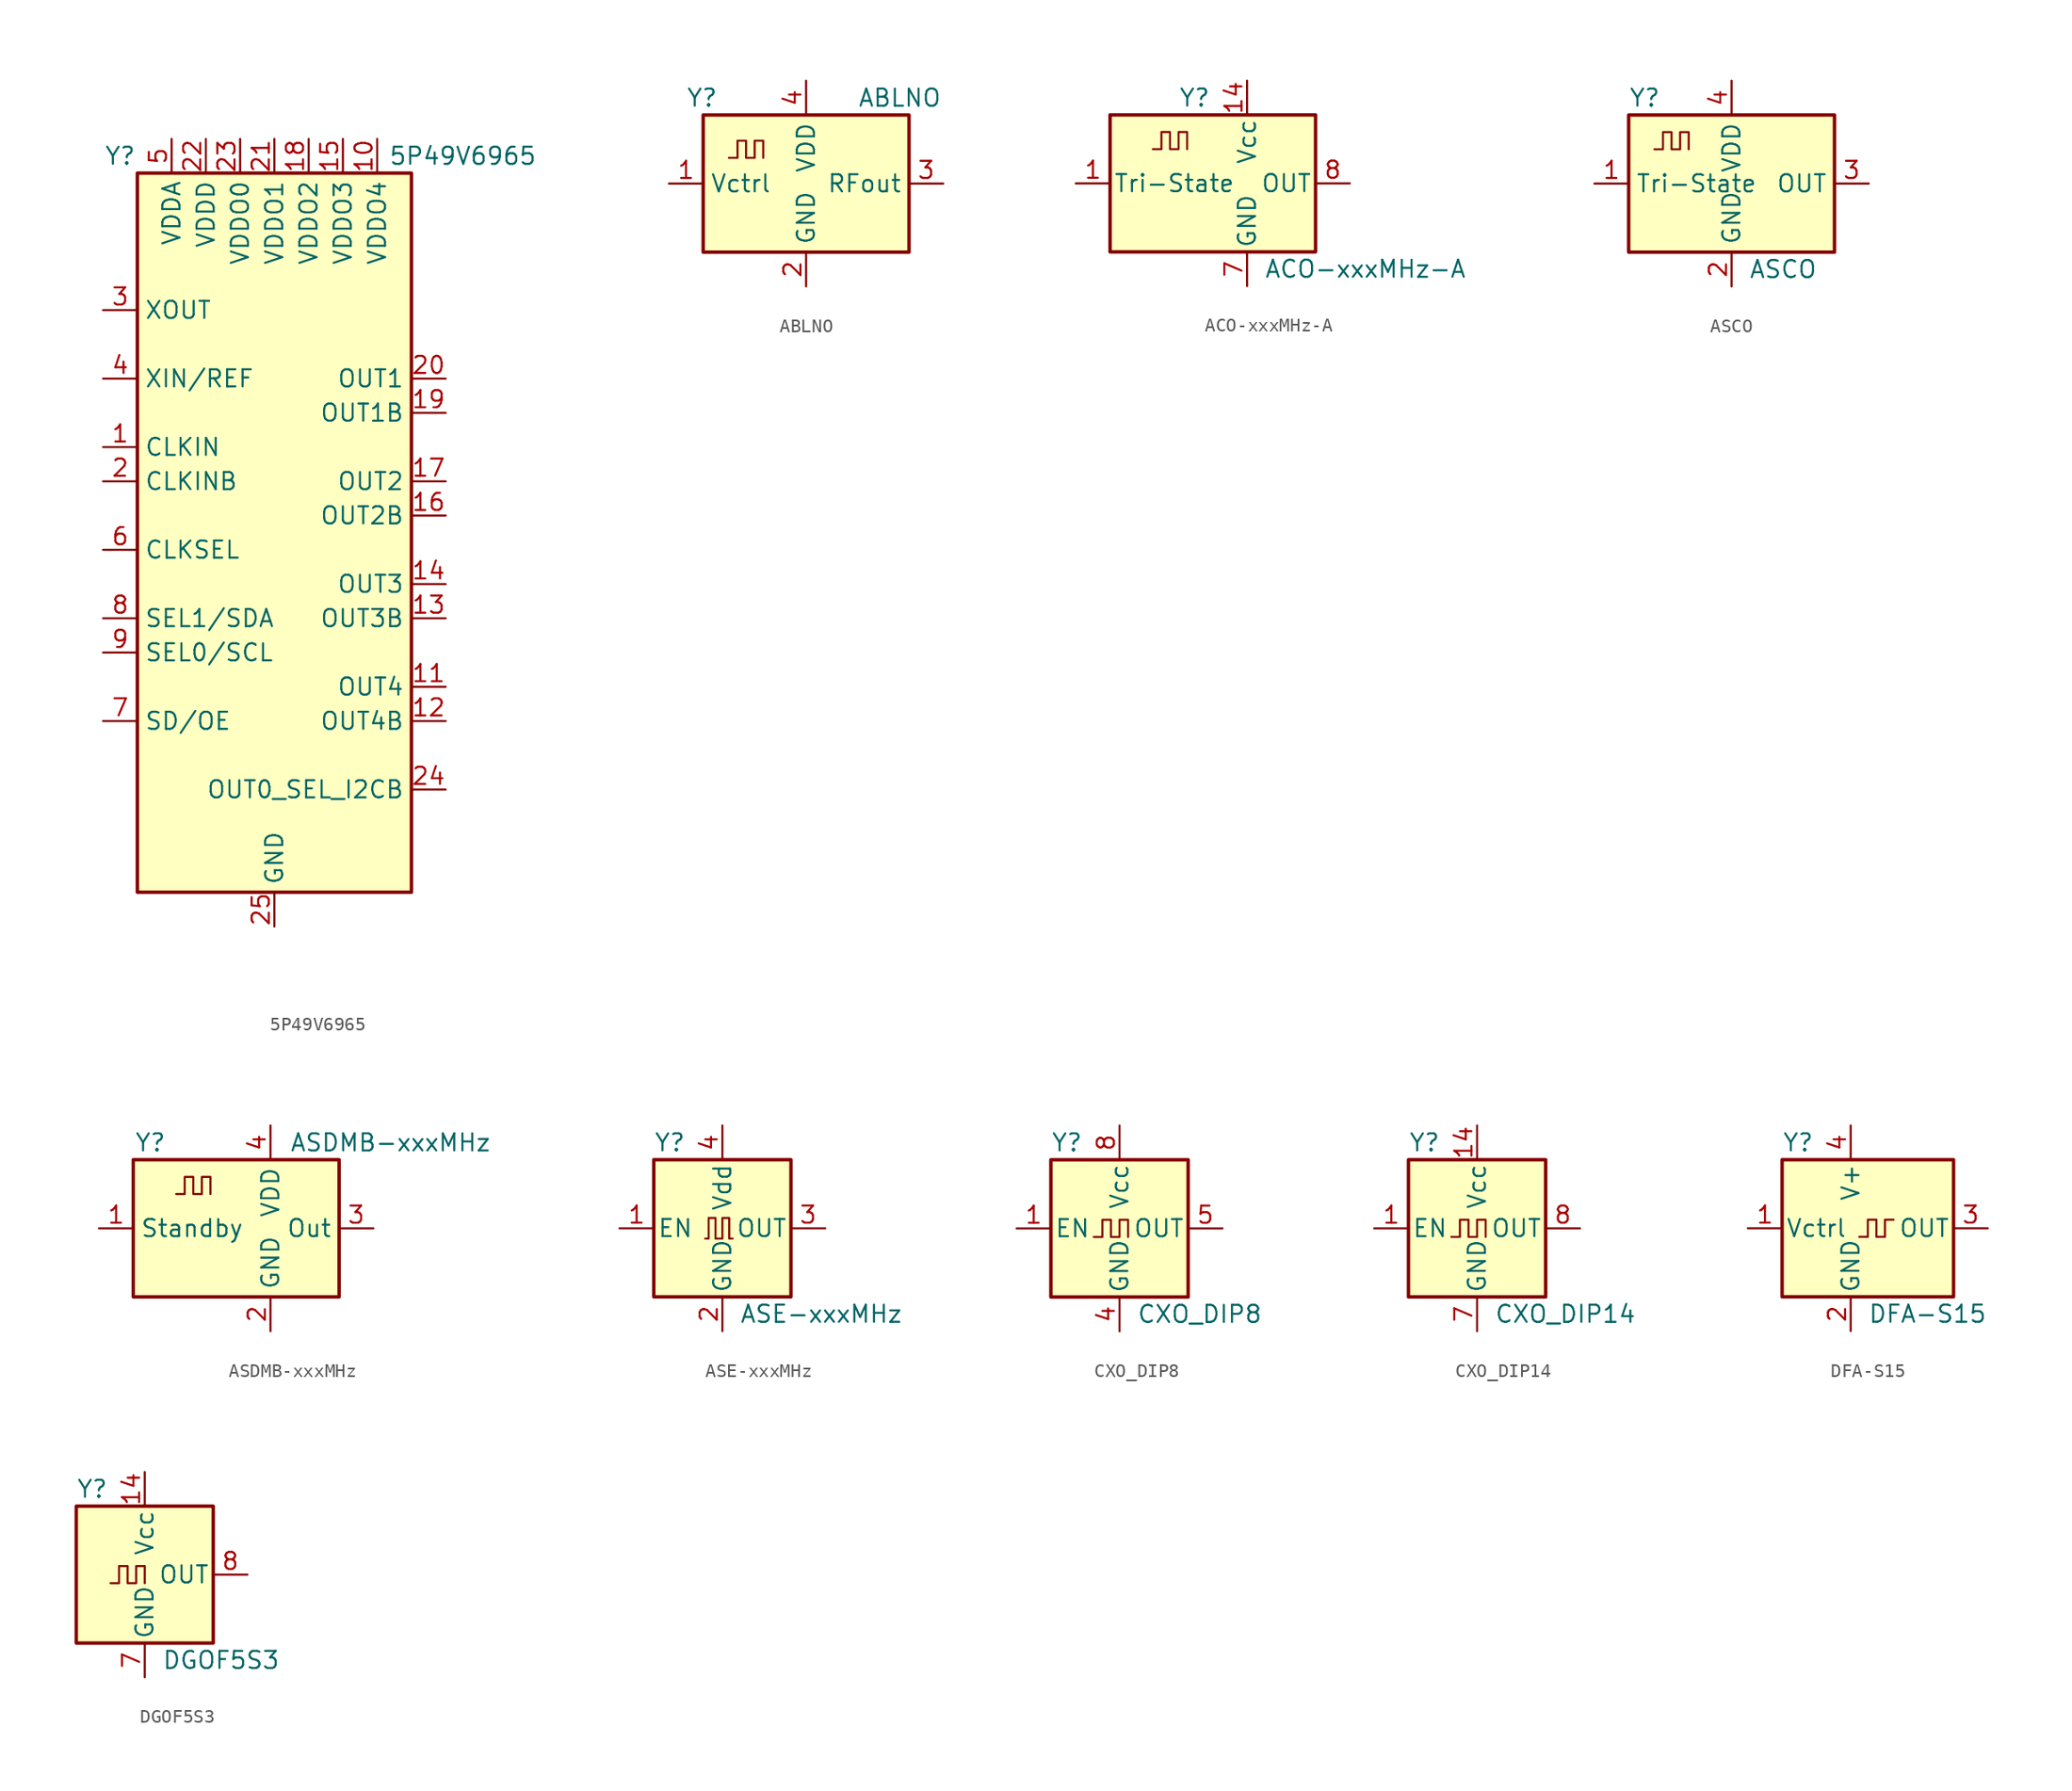
<source format=kicad_sym>
(kicad_symbol_lib
  (version 20241209)
  (generator "kicad_symbol_editor")
  (generator_version "9.0")
  (symbol "5P49V6965"
    (property "Reference" "Y"
      (at -11.43 29.21 0)
      (effects (font (size 1.27 1.27))))
    (property "Value" "5P49V6965"
      (at 13.97 29.21 0)
      (effects (font (size 1.27 1.27))))
    (symbol "5P49V6965_0_1"
      (rectangle (start -10.16 27.94) (end 10.16 -25.4) (stroke (width 0.254) (type default)) (fill (type background))))
    (symbol "5P49V6965_1_1"
      (pin output line (at -12.7 17.78 0) (length 2.54) (name "XOUT" (effects (font (size 1.27 1.27)))) (number "3" (effects (font (size 1.27 1.27)))))
      (pin input line (at -12.7 12.7 0) (length 2.54) (name "XIN/REF" (effects (font (size 1.27 1.27)))) (number "4" (effects (font (size 1.27 1.27)))))
      (pin input line (at -12.7 7.62 0) (length 2.54) (name "CLKIN" (effects (font (size 1.27 1.27)))) (number "1" (effects (font (size 1.27 1.27)))))
      (pin input line (at -12.7 5.08 0) (length 2.54) (name "CLKINB" (effects (font (size 1.27 1.27)))) (number "2" (effects (font (size 1.27 1.27)))))
      (pin input line (at -12.7 0 0) (length 2.54) (name "CLKSEL" (effects (font (size 1.27 1.27)))) (number "6" (effects (font (size 1.27 1.27)))))
      (pin bidirectional line (at -12.7 -5.08 0) (length 2.54) (name "SEL1/SDA" (effects (font (size 1.27 1.27)))) (number "8" (effects (font (size 1.27 1.27)))))
      (pin input line (at -12.7 -7.62 0) (length 2.54) (name "SEL0/SCL" (effects (font (size 1.27 1.27)))) (number "9" (effects (font (size 1.27 1.27)))))
      (pin input line (at -12.7 -12.7 0) (length 2.54) (name "SD/OE" (effects (font (size 1.27 1.27)))) (number "7" (effects (font (size 1.27 1.27)))))
      (pin power_in line (at -7.62 30.48 270) (length 2.54) (name "VDDA" (effects (font (size 1.27 1.27)))) (number "5" (effects (font (size 1.27 1.27)))))
      (pin power_in line (at -5.08 30.48 270) (length 2.54) (name "VDDD" (effects (font (size 1.27 1.27)))) (number "22" (effects (font (size 1.27 1.27)))))
      (pin power_in line (at -2.54 30.48 270) (length 2.54) (name "VDDO0" (effects (font (size 1.27 1.27)))) (number "23" (effects (font (size 1.27 1.27)))))
      (pin power_in line (at 0 30.48 270) (length 2.54) (name "VDDO1" (effects (font (size 1.27 1.27)))) (number "21" (effects (font (size 1.27 1.27)))))
      (pin power_in line (at 0 -27.94 90) (length 2.54) (name "GND" (effects (font (size 1.27 1.27)))) (number "25" (effects (font (size 1.27 1.27)))))
      (pin power_in line (at 2.54 30.48 270) (length 2.54) (name "VDDO2" (effects (font (size 1.27 1.27)))) (number "18" (effects (font (size 1.27 1.27)))))
      (pin power_in line (at 5.08 30.48 270) (length 2.54) (name "VDDO3" (effects (font (size 1.27 1.27)))) (number "15" (effects (font (size 1.27 1.27)))))
      (pin power_in line (at 7.62 30.48 270) (length 2.54) (name "VDDO4" (effects (font (size 1.27 1.27)))) (number "10" (effects (font (size 1.27 1.27)))))
      (pin output line (at 12.7 12.7 180) (length 2.54) (name "OUT1" (effects (font (size 1.27 1.27)))) (number "20" (effects (font (size 1.27 1.27)))))
      (pin output line (at 12.7 10.16 180) (length 2.54) (name "OUT1B" (effects (font (size 1.27 1.27)))) (number "19" (effects (font (size 1.27 1.27)))))
      (pin output line (at 12.7 5.08 180) (length 2.54) (name "OUT2" (effects (font (size 1.27 1.27)))) (number "17" (effects (font (size 1.27 1.27)))))
      (pin output line (at 12.7 2.54 180) (length 2.54) (name "OUT2B" (effects (font (size 1.27 1.27)))) (number "16" (effects (font (size 1.27 1.27)))))
      (pin output line (at 12.7 -2.54 180) (length 2.54) (name "OUT3" (effects (font (size 1.27 1.27)))) (number "14" (effects (font (size 1.27 1.27)))))
      (pin output line (at 12.7 -5.08 180) (length 2.54) (name "OUT3B" (effects (font (size 1.27 1.27)))) (number "13" (effects (font (size 1.27 1.27)))))
      (pin output line (at 12.7 -10.16 180) (length 2.54) (name "OUT4" (effects (font (size 1.27 1.27)))) (number "11" (effects (font (size 1.27 1.27)))))
      (pin output line (at 12.7 -12.7 180) (length 2.54) (name "OUT4B" (effects (font (size 1.27 1.27)))) (number "12" (effects (font (size 1.27 1.27)))))
      (pin bidirectional line (at 12.7 -17.78 180) (length 2.54) (name "OUT0_SEL_I2CB" (effects (font (size 1.27 1.27)))) (number "24" (effects (font (size 1.27 1.27)))))))
  (symbol "ABLNO"
    (property "Reference" "Y"
      (at -8.89 6.35 0)
      (effects (font (size 1.27 1.27)) (justify left)))
    (property "Value" "ABLNO"
      (at 3.81 6.35 0)
      (effects (font (size 1.27 1.27)) (justify left)))
    (symbol "ABLNO_0_1"
      (rectangle (start -7.62 5.08) (end 7.62 -5.08) (stroke (width 0.254) (type default)) (fill (type background)))
      (polyline (pts (xy -5.715 1.905) (xy -5.08 1.905) (xy -5.08 3.175) (xy -4.445 3.175) (xy -4.445 1.905) (xy -3.81 1.905) (xy -3.81 3.175) (xy -3.175 3.175) (xy -3.175 1.905)) (stroke (width 0) (type default)) (fill (type none))))
    (symbol "ABLNO_1_1"
      (pin input line (at -10.16 0 0) (length 2.54) (name "Vctrl" (effects (font (size 1.27 1.27)))) (number "1" (effects (font (size 1.27 1.27)))))
      (pin power_in line (at 0 7.62 270) (length 2.54) (name "VDD" (effects (font (size 1.27 1.27)))) (number "4" (effects (font (size 1.27 1.27)))))
      (pin power_in line (at 0 -7.62 90) (length 2.54) (name "GND" (effects (font (size 1.27 1.27)))) (number "2" (effects (font (size 1.27 1.27)))))
      (pin output line (at 10.16 0 180) (length 2.54) (name "RFout" (effects (font (size 1.27 1.27)))) (number "3" (effects (font (size 1.27 1.27)))))))
  (symbol "ACO-xxxMHz-A"
    (pin_names
      (offset 0.254))
    (property "Reference" "Y"
      (at -5.08 6.35 0)
      (effects (font (size 1.27 1.27)) (justify left)))
    (property "Value" "ACO-xxxMHz-A"
      (at 1.27 -6.35 0)
      (effects (font (size 1.27 1.27)) (justify left)))
    (symbol "ACO-xxxMHz-A_0_1"
      (rectangle (start -10.16 5.08) (end 5.08 -5.08) (stroke (width 0.254) (type default)) (fill (type background)))
      (polyline (pts (xy -6.985 2.54) (xy -6.35 2.54) (xy -6.35 3.81) (xy -5.715 3.81) (xy -5.715 2.54) (xy -5.08 2.54) (xy -5.08 3.81) (xy -4.445 3.81) (xy -4.445 2.54)) (stroke (width 0) (type default)) (fill (type none))))
    (symbol "ACO-xxxMHz-A_1_1"
      (pin input line (at -12.7 0 0) (length 2.54) (name "Tri-State" (effects (font (size 1.27 1.27)))) (number "1" (effects (font (size 1.27 1.27)))))
      (pin power_in line (at 0 7.62 270) (length 2.54) (name "Vcc" (effects (font (size 1.27 1.27)))) (number "14" (effects (font (size 1.27 1.27)))))
      (pin power_in line (at 0 -7.62 90) (length 2.54) (name "GND" (effects (font (size 1.27 1.27)))) (number "7" (effects (font (size 1.27 1.27)))))
      (pin output line (at 7.62 0 180) (length 2.54) (name "OUT" (effects (font (size 1.27 1.27)))) (number "8" (effects (font (size 1.27 1.27)))))))
  (symbol "ASCO"
    (property "Reference" "Y"
      (at -7.62 6.35 0)
      (effects (font (size 1.27 1.27)) (justify left)))
    (property "Value" "ASCO"
      (at 1.27 -6.35 0)
      (effects (font (size 1.27 1.27)) (justify left)))
    (symbol "ASCO_0_1"
      (rectangle (start -7.62 5.08) (end 7.62 -5.08) (stroke (width 0.254) (type default)) (fill (type background)))
      (polyline (pts (xy -5.715 2.54) (xy -5.08 2.54) (xy -5.08 3.81) (xy -4.445 3.81) (xy -4.445 2.54) (xy -3.81 2.54) (xy -3.81 3.81) (xy -3.175 3.81) (xy -3.175 2.54)) (stroke (width 0) (type default)) (fill (type none))))
    (symbol "ASCO_1_1"
      (pin input line (at -10.16 0 0) (length 2.54) (name "Tri-State" (effects (font (size 1.27 1.27)))) (number "1" (effects (font (size 1.27 1.27)))))
      (pin power_in line (at 0 7.62 270) (length 2.54) (name "VDD" (effects (font (size 1.27 1.27)))) (number "4" (effects (font (size 1.27 1.27)))))
      (pin power_in line (at 0 -7.62 90) (length 2.54) (name "GND" (effects (font (size 1.27 1.27)))) (number "2" (effects (font (size 1.27 1.27)))))
      (pin output line (at 10.16 0 180) (length 2.54) (name "OUT" (effects (font (size 1.27 1.27)))) (number "3" (effects (font (size 1.27 1.27)))))))
  (symbol "ASDMB-xxxMHz"
    (property "Reference" "Y"
      (at -6.35 6.35 0)
      (effects (font (size 1.27 1.27))))
    (property "Value" "ASDMB-xxxMHz"
      (at 11.43 6.35 0)
      (effects (font (size 1.27 1.27))))
    (symbol "ASDMB-xxxMHz_1_1"
      (rectangle (start -7.62 5.08) (end 7.62 -5.08) (stroke (width 0.254) (type default)) (fill (type background)))
      (polyline (pts (xy -4.445 2.54) (xy -3.81 2.54) (xy -3.81 3.81) (xy -3.175 3.81) (xy -3.175 2.54) (xy -2.54 2.54) (xy -2.54 3.81) (xy -1.905 3.81) (xy -1.905 2.54)) (stroke (width 0) (type default)) (fill (type none)))
      (pin input line (at -10.16 0 0) (length 2.54) (name "Standby" (effects (font (size 1.27 1.27)))) (number "1" (effects (font (size 1.27 1.27)))))
      (pin power_in line (at 2.54 7.62 270) (length 2.54) (name "VDD" (effects (font (size 1.27 1.27)))) (number "4" (effects (font (size 1.27 1.27)))))
      (pin power_in line (at 2.54 -7.62 90) (length 2.54) (name "GND" (effects (font (size 1.27 1.27)))) (number "2" (effects (font (size 1.27 1.27)))))
      (pin output line (at 10.16 0 180) (length 2.54) (name "Out" (effects (font (size 1.27 1.27)))) (number "3" (effects (font (size 1.27 1.27)))))))
  (symbol "ASE-xxxMHz"
    (pin_names
      (offset 0.254))
    (property "Reference" "Y"
      (at -5.08 6.35 0)
      (effects (font (size 1.27 1.27)) (justify left)))
    (property "Value" "ASE-xxxMHz"
      (at 1.27 -6.35 0)
      (effects (font (size 1.27 1.27)) (justify left)))
    (symbol "ASE-xxxMHz_0_1"
      (rectangle (start -5.08 5.08) (end 5.08 -5.08) (stroke (width 0.254) (type default)) (fill (type background)))
      (polyline (pts (xy -1.27 -0.762) (xy -1.016 -0.762) (xy -1.016 0.762) (xy -0.508 0.762) (xy -0.508 -0.762) (xy 0 -0.762) (xy 0 0.762) (xy 0.508 0.762) (xy 0.508 -0.762) (xy 0.762 -0.762)) (stroke (width 0) (type default)) (fill (type none))))
    (symbol "ASE-xxxMHz_1_1"
      (pin input line (at -7.62 0 0) (length 2.54) (name "EN" (effects (font (size 1.27 1.27)))) (number "1" (effects (font (size 1.27 1.27)))))
      (pin power_in line (at 0 7.62 270) (length 2.54) (name "Vdd" (effects (font (size 1.27 1.27)))) (number "4" (effects (font (size 1.27 1.27)))))
      (pin power_in line (at 0 -7.62 90) (length 2.54) (name "GND" (effects (font (size 1.27 1.27)))) (number "2" (effects (font (size 1.27 1.27)))))
      (pin output line (at 7.62 0 180) (length 2.54) (name "OUT" (effects (font (size 1.27 1.27)))) (number "3" (effects (font (size 1.27 1.27)))))))
  (symbol "CXO_DIP8"
    (pin_names
      (offset 0.254))
    (property "Reference" "Y"
      (at -5.08 6.35 0)
      (effects (font (size 1.27 1.27)) (justify left)))
    (property "Value" "CXO_DIP8"
      (at 1.27 -6.35 0)
      (effects (font (size 1.27 1.27)) (justify left)))
    (symbol "CXO_DIP8_0_1"
      (rectangle (start -5.08 5.08) (end 5.08 -5.08) (stroke (width 0.254) (type default)) (fill (type background)))
      (polyline (pts (xy -1.905 -0.635) (xy -1.27 -0.635) (xy -1.27 0.635) (xy -0.635 0.635) (xy -0.635 -0.635) (xy 0 -0.635) (xy 0 0.635) (xy 0.635 0.635) (xy 0.635 -0.635)) (stroke (width 0) (type default)) (fill (type none))))
    (symbol "CXO_DIP8_1_1"
      (pin input line (at -7.62 0 0) (length 2.54) (name "EN" (effects (font (size 1.27 1.27)))) (number "1" (effects (font (size 1.27 1.27)))))
      (pin power_in line (at 0 7.62 270) (length 2.54) (name "Vcc" (effects (font (size 1.27 1.27)))) (number "8" (effects (font (size 1.27 1.27)))))
      (pin power_in line (at 0 -7.62 90) (length 2.54) (name "GND" (effects (font (size 1.27 1.27)))) (number "4" (effects (font (size 1.27 1.27)))))
      (pin output line (at 7.62 0 180) (length 2.54) (name "OUT" (effects (font (size 1.27 1.27)))) (number "5" (effects (font (size 1.27 1.27)))))))
  (symbol "CXO_DIP14"
    (pin_names
      (offset 0.254))
    (property "Reference" "Y"
      (at -5.08 6.35 0)
      (effects (font (size 1.27 1.27)) (justify left)))
    (property "Value" "CXO_DIP14"
      (at 1.27 -6.35 0)
      (effects (font (size 1.27 1.27)) (justify left)))
    (symbol "CXO_DIP14_0_1"
      (rectangle (start -5.08 5.08) (end 5.08 -5.08) (stroke (width 0.254) (type default)) (fill (type background)))
      (polyline (pts (xy -1.905 -0.635) (xy -1.27 -0.635) (xy -1.27 0.635) (xy -0.635 0.635) (xy -0.635 -0.635) (xy 0 -0.635) (xy 0 0.635) (xy 0.635 0.635) (xy 0.635 -0.635)) (stroke (width 0) (type default)) (fill (type none))))
    (symbol "CXO_DIP14_1_1"
      (pin input line (at -7.62 0 0) (length 2.54) (name "EN" (effects (font (size 1.27 1.27)))) (number "1" (effects (font (size 1.27 1.27)))))
      (pin power_in line (at 0 7.62 270) (length 2.54) (name "Vcc" (effects (font (size 1.27 1.27)))) (number "14" (effects (font (size 1.27 1.27)))))
      (pin power_in line (at 0 -7.62 90) (length 2.54) (name "GND" (effects (font (size 1.27 1.27)))) (number "7" (effects (font (size 1.27 1.27)))))
      (pin output line (at 7.62 0 180) (length 2.54) (name "OUT" (effects (font (size 1.27 1.27)))) (number "8" (effects (font (size 1.27 1.27)))))))
  (symbol "DFA-S15"
    (pin_names
      (offset 0.254))
    (property "Reference" "Y"
      (at -5.08 6.35 0)
      (effects (font (size 1.27 1.27)) (justify left)))
    (property "Value" "DFA-S15"
      (at 1.27 -6.35 0)
      (effects (font (size 1.27 1.27)) (justify left)))
    (symbol "DFA-S15_0_1"
      (rectangle (start -5.08 5.08) (end 7.62 -5.08) (stroke (width 0.254) (type default)) (fill (type background)))
      (polyline (pts (xy 0.635 -0.635) (xy 1.27 -0.635) (xy 1.27 0.635) (xy 1.905 0.635) (xy 1.905 -0.635) (xy 2.54 -0.635) (xy 2.54 0.635) (xy 3.175 0.635)) (stroke (width 0) (type default)) (fill (type none))))
    (symbol "DFA-S15_1_1"
      (pin input line (at -7.62 0 0) (length 2.54) (name "Vctrl" (effects (font (size 1.27 1.27)))) (number "1" (effects (font (size 1.27 1.27)))))
      (pin power_in line (at 0 7.62 270) (length 2.54) (name "V+" (effects (font (size 1.27 1.27)))) (number "4" (effects (font (size 1.27 1.27)))))
      (pin power_in line (at 0 -7.62 90) (length 2.54) (name "GND" (effects (font (size 1.27 1.27)))) (number "2" (effects (font (size 1.27 1.27)))))
      (pin output line (at 10.16 0 180) (length 2.54) (name "OUT" (effects (font (size 1.27 1.27)))) (number "3" (effects (font (size 1.27 1.27)))))))
  (symbol "DGOF5S3"
    (pin_names
      (offset 0.254))
    (property "Reference" "Y"
      (at -5.08 6.35 0)
      (effects (font (size 1.27 1.27)) (justify left)))
    (property "Value" "DGOF5S3"
      (at 1.27 -6.35 0)
      (effects (font (size 1.27 1.27)) (justify left)))
    (symbol "DGOF5S3_0_1"
      (rectangle (start -5.08 5.08) (end 5.08 -5.08) (stroke (width 0.254) (type default)) (fill (type background)))
      (polyline (pts (xy -2.54 -0.635) (xy -1.905 -0.635) (xy -1.905 0.635) (xy -1.27 0.635) (xy -1.27 -0.635) (xy -0.635 -0.635) (xy -0.635 0.635) (xy 0 0.635) (xy 0 -0.635)) (stroke (width 0) (type default)) (fill (type none))))
    (symbol "DGOF5S3_1_1"
      (pin no_connect line (at -5.08 2.54 0) (length 2.54) (hide yes) (name "NC" (effects (font (size 1.27 1.27)))) (number "1" (effects (font (size 1.27 1.27)))))
      (pin power_in line (at 0 7.62 270) (length 2.54) (name "Vcc" (effects (font (size 1.27 1.27)))) (number "14" (effects (font (size 1.27 1.27)))))
      (pin power_in line (at 0 -7.62 90) (length 2.54) (name "GND" (effects (font (size 1.27 1.27)))) (number "7" (effects (font (size 1.27 1.27)))))
      (pin output line (at 7.62 0 180) (length 2.54) (name "OUT" (effects (font (size 1.27 1.27)))) (number "8" (effects (font (size 1.27 1.27))))))))
</source>
